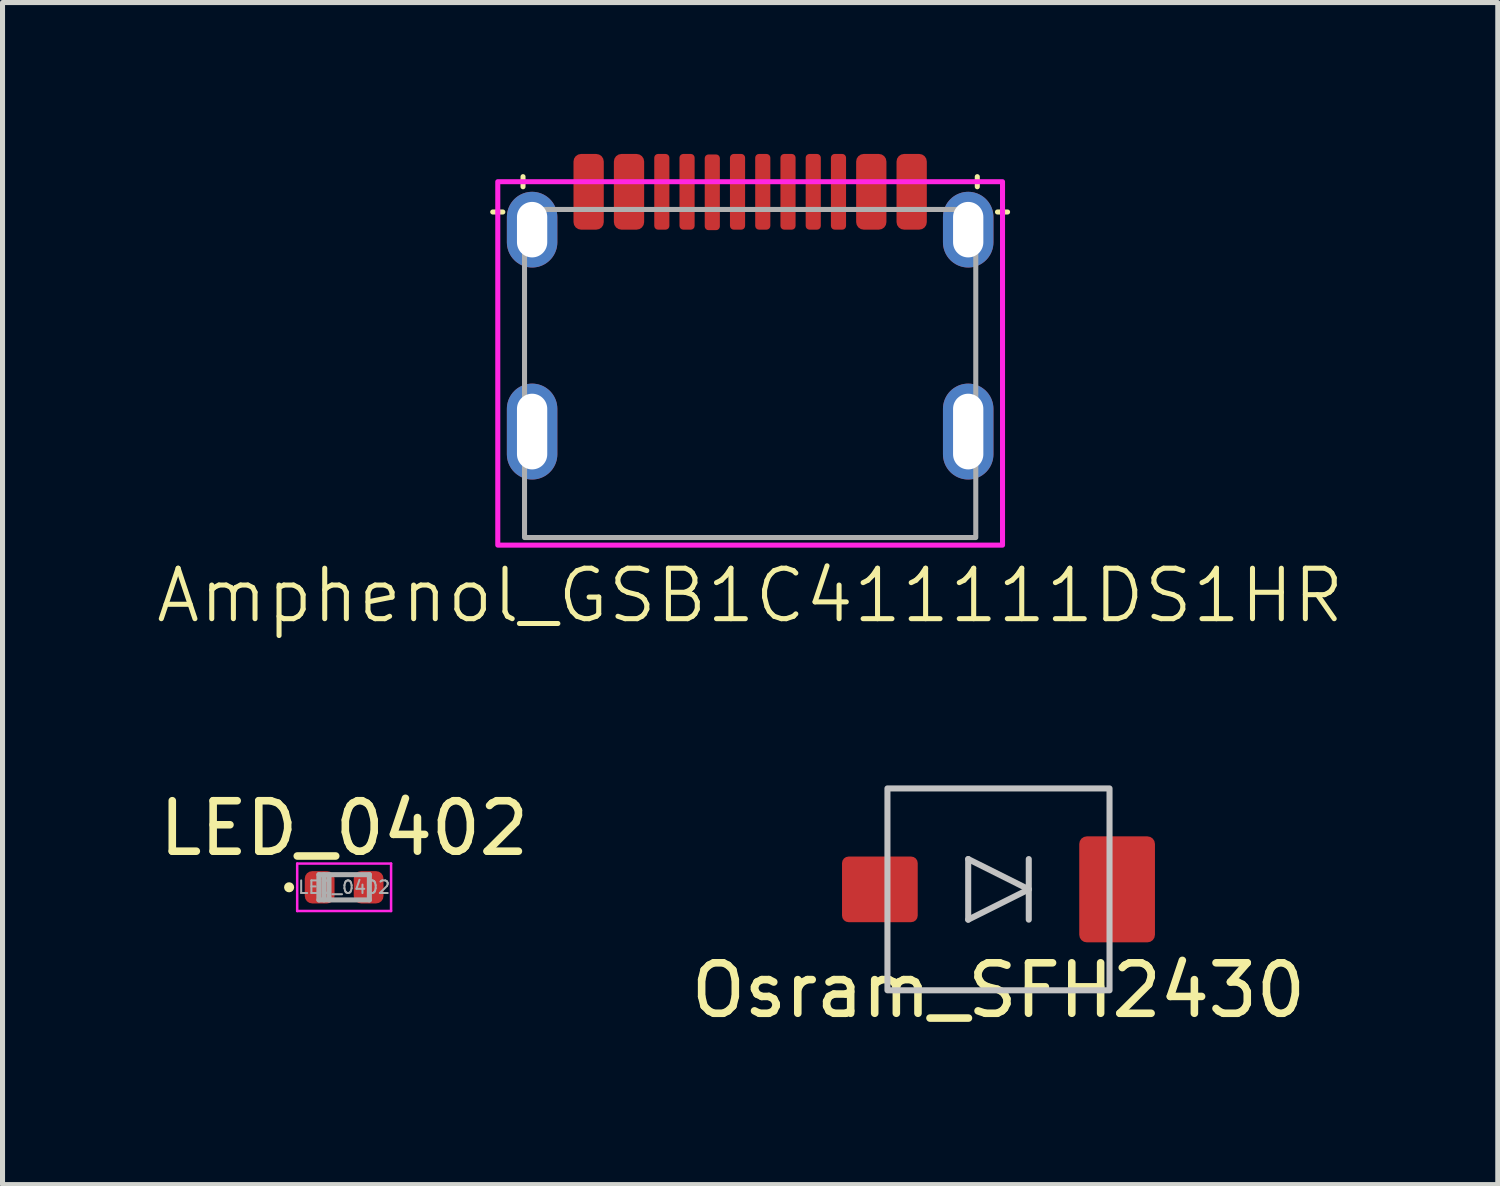
<source format=kicad_pcb>
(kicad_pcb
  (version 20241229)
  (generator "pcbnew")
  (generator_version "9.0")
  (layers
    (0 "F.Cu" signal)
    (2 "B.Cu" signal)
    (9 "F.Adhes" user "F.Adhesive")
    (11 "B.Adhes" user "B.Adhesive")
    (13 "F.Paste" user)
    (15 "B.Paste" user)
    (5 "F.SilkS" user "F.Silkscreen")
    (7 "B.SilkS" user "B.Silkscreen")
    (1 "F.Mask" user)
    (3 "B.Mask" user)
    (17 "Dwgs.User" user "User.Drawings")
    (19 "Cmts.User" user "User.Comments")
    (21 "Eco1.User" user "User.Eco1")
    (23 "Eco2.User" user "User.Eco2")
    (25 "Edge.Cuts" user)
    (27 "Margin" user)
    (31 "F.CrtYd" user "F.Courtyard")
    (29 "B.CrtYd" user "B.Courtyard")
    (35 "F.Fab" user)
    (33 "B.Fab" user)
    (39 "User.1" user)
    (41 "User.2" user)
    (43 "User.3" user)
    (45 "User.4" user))
  (footprint "LED_0402"
    (layer "F.Cu")
    (at 3.768 14.529)
    (property "Reference" "LED_0402" (at 0 -1.17 0) (layer "F.SilkS") (effects (font (size 1 1) (thickness 0.15))))
    (attr smd)
    (fp_circle (center -1.09 0) (end -1.04 0) (stroke (width 0.1) (type solid)) (fill no) (layer "F.SilkS"))
    (fp_line (start -0.93 -0.47) (end 0.93 -0.47) (stroke (width 0.05) (type solid)) (layer "F.CrtYd"))
    (fp_line (start -0.93 0.47) (end -0.93 -0.47) (stroke (width 0.05) (type solid)) (layer "F.CrtYd"))
    (fp_line (start 0.93 -0.47) (end 0.93 0.47) (stroke (width 0.05) (type solid)) (layer "F.CrtYd"))
    (fp_line (start 0.93 0.47) (end -0.93 0.47) (stroke (width 0.05) (type solid)) (layer "F.CrtYd"))
    (fp_line (start -0.5 -0.25) (end 0.5 -0.25) (stroke (width 0.1) (type solid)) (layer "F.Fab"))
    (fp_line (start -0.5 0.25) (end -0.5 -0.25) (stroke (width 0.1) (type solid)) (layer "F.Fab"))
    (fp_line (start -0.4 0.25) (end -0.4 -0.25) (stroke (width 0.1) (type solid)) (layer "F.Fab"))
    (fp_line (start -0.3 0.25) (end -0.3 -0.25) (stroke (width 0.1) (type solid)) (layer "F.Fab"))
    (fp_line (start 0.5 -0.25) (end 0.5 0.25) (stroke (width 0.1) (type solid)) (layer "F.Fab"))
    (fp_line (start 0.5 0.25) (end -0.5 0.25) (stroke (width 0.1) (type solid)) (layer "F.Fab"))
    (fp_text user "${REFERENCE}" (at 0 0 0) (layer "F.Fab") (effects (font (size 0.25 0.25) (thickness 0.04))))
    (pad "1" smd roundrect (at -0.485 0) (size 0.59 0.64) (layers "F.Cu" "F.Mask" "F.Paste") (roundrect_rratio 0.25))
    (pad "2" smd roundrect (at 0.485 0) (size 0.59 0.64) (layers "F.Cu" "F.Mask" "F.Paste") (roundrect_rratio 0.25)))
  (footprint "Osram_SFH2430"
    (layer "F.Cu")
    (at 16.732 14.57)
    (property "Reference" "Osram_SFH2430" (at 0 2 0) (unlocked yes) (layer "F.SilkS") (effects (font (size 1 1) (thickness 0.15))))
    (attr smd)
    (fp_line (start -0.6 -0.6) (end -0.6 0.6) (stroke (width 0.12) (type solid)) (layer "Dwgs.User"))
    (fp_line (start -0.6 0.6) (end 0.6 0) (stroke (width 0.12) (type solid)) (layer "Dwgs.User"))
    (fp_line (start 0.6 -0.6) (end 0.6 0.6) (stroke (width 0.12) (type solid)) (layer "Dwgs.User"))
    (fp_line (start 0.6 0) (end -0.6 -0.6) (stroke (width 0.12) (type solid)) (layer "Dwgs.User"))
    (fp_rect (start -2.2 -2) (end 2.2 2) (stroke (width 0.12) (type solid)) (fill no) (layer "Dwgs.User"))
    (pad "1" smd roundrect (at -2.35 0) (size 1.5 1.3) (layers "F.Cu" "F.Mask" "F.Paste") (roundrect_rratio 0.1))
    (pad "2" smd roundrect (at 2.35 0) (size 1.5 2.1) (layers "F.Cu" "F.Mask" "F.Paste") (roundrect_rratio 0.1)))
  (footprint "Amphenol_GSB1C411111DS1HR"
    (layer "F.Cu")
    (at 11.812 0.35)
    (property "Reference" "Amphenol_GSB1C411111DS1HR" (at 0 8.4 0) (unlocked yes) (layer "F.SilkS") (effects (font (size 1 1) (thickness 0.1))))
    (attr smd)
    (fp_line (start -4.9 0.8) (end -5.1 0.8) (stroke (width 0.1) (type default)) (layer "F.SilkS"))
    (fp_line (start -4.5 0.1) (end -4.5 0.3) (stroke (width 0.1) (type default)) (layer "F.SilkS"))
    (fp_line (start 4.5 0.3) (end 4.5 0.1) (stroke (width 0.1) (type default)) (layer "F.SilkS"))
    (fp_line (start 4.9 0.8) (end 5.1 0.8) (stroke (width 0.1) (type default)) (layer "F.SilkS"))
    (fp_rect (start -5 0.2) (end 5 7.4) (stroke (width 0.1) (type default)) (fill no) (layer "F.CrtYd"))
    (fp_rect (start -4.47 0.75) (end 4.47 7.25) (stroke (width 0.1) (type default)) (fill no) (layer "F.Fab"))
    (pad "" thru_hole oval (at -4.32 1.15 90) (size 1.5 1) (drill oval 1.1 0.6) (layers "*.Cu" "*.Mask"))
    (pad "" thru_hole oval (at -4.32 5.15 90) (size 1.9 1) (drill oval 1.5 0.6) (layers "*.Cu" "*.Mask"))
    (pad "" thru_hole oval (at 4.32 1.15 90) (size 1.5 1) (drill oval 1.1 0.6) (layers "*.Cu" "*.Mask"))
    (pad "" thru_hole oval (at 4.32 5.15 90) (size 1.9 1) (drill oval 1.5 0.6) (layers "*.Cu" "*.Mask"))
    (pad "A1" smd roundrect (at -3.2 0.4 90) (size 1.5 0.6) (layers "F.Cu" "F.Mask" "F.Paste") (roundrect_rratio 0.25))
    (pad "A4" smd roundrect (at -2.4 0.4 90) (size 1.5 0.6) (layers "F.Cu" "F.Mask" "F.Paste") (roundrect_rratio 0.25))
    (pad "A5" smd roundrect (at -1.25 0.4 90) (size 1.5 0.3) (layers "F.Cu" "F.Mask" "F.Paste") (roundrect_rratio 0.25))
    (pad "A6" smd roundrect (at -0.25 0.4 90) (size 1.5 0.3) (layers "F.Cu" "F.Mask" "F.Paste") (roundrect_rratio 0.25))
    (pad "A7" smd roundrect (at 0.25 0.4 90) (size 1.5 0.3) (layers "F.Cu" "F.Mask" "F.Paste") (roundrect_rratio 0.25))
    (pad "A8" smd roundrect (at 1.25 0.4 90) (size 1.5 0.3) (layers "F.Cu" "F.Mask" "F.Paste") (roundrect_rratio 0.25))
    (pad "A9" smd roundrect (at 2.4 0.4 90) (size 1.5 0.6) (layers "F.Cu" "F.Mask" "F.Paste") (roundrect_rratio 0.25))
    (pad "A12" smd roundrect (at 3.2 0.4 90) (size 1.5 0.6) (layers "F.Cu" "F.Mask" "F.Paste") (roundrect_rratio 0.25))
    (pad "B5" smd roundrect (at 1.75 0.4 90) (size 1.5 0.3) (layers "F.Cu" "F.Mask" "F.Paste") (roundrect_rratio 0.25))
    (pad "B6" smd roundrect (at 0.75 0.4 90) (size 1.5 0.3) (layers "F.Cu" "F.Mask" "F.Paste") (roundrect_rratio 0.25))
    (pad "B7" smd roundrect (at -0.75 0.41 90) (size 1.5 0.3) (layers "F.Cu" "F.Mask" "F.Paste") (roundrect_rratio 0.25))
    (pad "B8" smd roundrect (at -1.75 0.4 90) (size 1.5 0.3) (layers "F.Cu" "F.Mask" "F.Paste") (roundrect_rratio 0.25)))
  (gr_rect
    (start -3 -3)
    (end 26.624 20.419)
    (stroke (width 0.1) (type default))
    (fill no)
    (layer "Edge.Cuts")))
</source>
